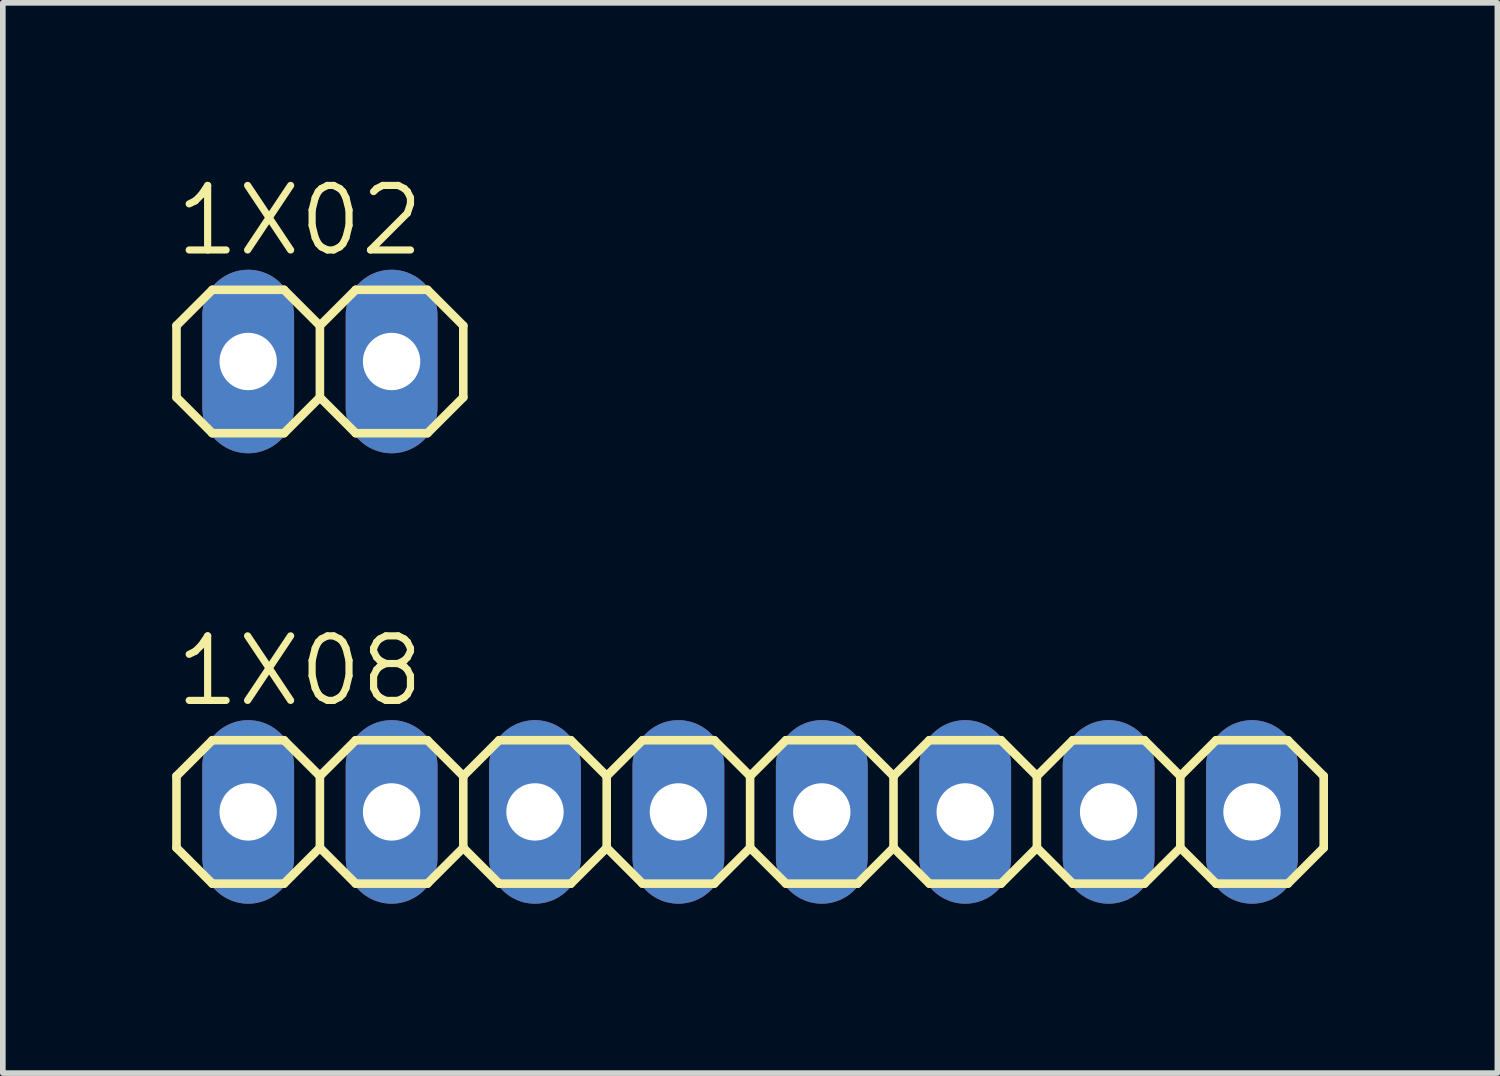
<source format=kicad_pcb>
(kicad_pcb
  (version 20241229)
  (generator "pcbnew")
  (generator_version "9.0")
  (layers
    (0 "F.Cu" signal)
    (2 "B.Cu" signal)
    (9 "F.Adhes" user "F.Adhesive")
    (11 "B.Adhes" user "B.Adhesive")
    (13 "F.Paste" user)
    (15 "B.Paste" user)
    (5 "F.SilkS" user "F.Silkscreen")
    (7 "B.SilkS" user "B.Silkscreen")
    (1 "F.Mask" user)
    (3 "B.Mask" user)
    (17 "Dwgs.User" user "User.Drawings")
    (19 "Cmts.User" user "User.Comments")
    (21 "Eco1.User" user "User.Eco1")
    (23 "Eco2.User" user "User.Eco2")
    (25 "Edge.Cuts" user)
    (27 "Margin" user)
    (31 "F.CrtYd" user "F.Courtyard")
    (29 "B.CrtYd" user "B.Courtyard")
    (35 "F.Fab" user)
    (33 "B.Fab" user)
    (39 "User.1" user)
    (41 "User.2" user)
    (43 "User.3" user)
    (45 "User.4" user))
  (footprint "1X02"
    (layer "F.Cu")
    (at 2.616 3.353)
    (property "Reference" "1X02" (at -2.616 -1.829 0) (unlocked yes) (layer "F.SilkS") (effects (font (size 1.143 1.143) (thickness 0.127)) (justify left bottom)))
    (fp_line (start -2.54 -0.635) (end -2.54 0.635) (stroke (width 0.152) (type solid)) (layer "F.SilkS"))
    (fp_line (start -2.54 0.635) (end -1.905 1.27) (stroke (width 0.152) (type solid)) (layer "F.SilkS"))
    (fp_line (start -1.905 -1.27) (end -2.54 -0.635) (stroke (width 0.152) (type solid)) (layer "F.SilkS"))
    (fp_line (start -1.905 -1.27) (end -0.635 -1.27) (stroke (width 0.152) (type solid)) (layer "F.SilkS"))
    (fp_line (start -0.635 -1.27) (end 0 -0.635) (stroke (width 0.152) (type solid)) (layer "F.SilkS"))
    (fp_line (start -0.635 1.27) (end -1.905 1.27) (stroke (width 0.152) (type solid)) (layer "F.SilkS"))
    (fp_line (start 0 -0.635) (end 0 0.635) (stroke (width 0.152) (type solid)) (layer "F.SilkS"))
    (fp_line (start 0 -0.635) (end 0.635 -1.27) (stroke (width 0.152) (type solid)) (layer "F.SilkS"))
    (fp_line (start 0 0.635) (end -0.635 1.27) (stroke (width 0.152) (type solid)) (layer "F.SilkS"))
    (fp_line (start 0.635 -1.27) (end 1.905 -1.27) (stroke (width 0.152) (type solid)) (layer "F.SilkS"))
    (fp_line (start 0.635 1.27) (end 0 0.635) (stroke (width 0.152) (type solid)) (layer "F.SilkS"))
    (fp_line (start 1.905 -1.27) (end 2.54 -0.635) (stroke (width 0.152) (type solid)) (layer "F.SilkS"))
    (fp_line (start 1.905 1.27) (end 0.635 1.27) (stroke (width 0.152) (type solid)) (layer "F.SilkS"))
    (fp_line (start 2.54 -0.635) (end 2.54 0.635) (stroke (width 0.152) (type solid)) (layer "F.SilkS"))
    (fp_line (start 2.54 0.635) (end 1.905 1.27) (stroke (width 0.152) (type solid)) (layer "F.SilkS"))
    (fp_poly (pts (xy -1.524 0.254) (xy -1.016 0.254) (xy -1.016 -0.254) (xy -1.524 -0.254)) (stroke (width 0.1) (type default)) (fill no) (layer "F.Fab"))
    (fp_poly (pts (xy 1.016 0.254) (xy 1.524 0.254) (xy 1.524 -0.254) (xy 1.016 -0.254)) (stroke (width 0.1) (type default)) (fill no) (layer "F.Fab"))
    (pad "1" thru_hole oval (at -1.27 0 90) (size 3.251 1.626) (drill 1.016) (layers "*.Cu" "*.Mask"))
    (pad "2" thru_hole oval (at 1.27 0 90) (size 3.251 1.626) (drill 1.016) (layers "*.Cu" "*.Mask")))
  (footprint "1X08"
    (layer "F.Cu")
    (at 1.346 11.331)
    (property "Reference" "1X08" (at -1.346 -1.829 0) (unlocked yes) (layer "F.SilkS") (effects (font (size 1.143 1.143) (thickness 0.127)) (justify left bottom)))
    (fp_line (start -1.27 -0.635) (end -1.27 0.635) (stroke (width 0.152) (type solid)) (layer "F.SilkS"))
    (fp_line (start -1.27 0.635) (end -0.635 1.27) (stroke (width 0.152) (type solid)) (layer "F.SilkS"))
    (fp_line (start -0.635 -1.27) (end -1.27 -0.635) (stroke (width 0.152) (type solid)) (layer "F.SilkS"))
    (fp_line (start -0.635 -1.27) (end 0.635 -1.27) (stroke (width 0.152) (type solid)) (layer "F.SilkS"))
    (fp_line (start 0.635 -1.27) (end 1.27 -0.635) (stroke (width 0.152) (type solid)) (layer "F.SilkS"))
    (fp_line (start 0.635 1.27) (end -0.635 1.27) (stroke (width 0.152) (type solid)) (layer "F.SilkS"))
    (fp_line (start 1.27 -0.635) (end 1.27 0.635) (stroke (width 0.152) (type solid)) (layer "F.SilkS"))
    (fp_line (start 1.27 -0.635) (end 1.905 -1.27) (stroke (width 0.152) (type solid)) (layer "F.SilkS"))
    (fp_line (start 1.27 0.635) (end 0.635 1.27) (stroke (width 0.152) (type solid)) (layer "F.SilkS"))
    (fp_line (start 1.905 -1.27) (end 3.175 -1.27) (stroke (width 0.152) (type solid)) (layer "F.SilkS"))
    (fp_line (start 1.905 1.27) (end 1.27 0.635) (stroke (width 0.152) (type solid)) (layer "F.SilkS"))
    (fp_line (start 3.175 -1.27) (end 3.81 -0.635) (stroke (width 0.152) (type solid)) (layer "F.SilkS"))
    (fp_line (start 3.175 1.27) (end 1.905 1.27) (stroke (width 0.152) (type solid)) (layer "F.SilkS"))
    (fp_line (start 3.81 -0.635) (end 3.81 0.635) (stroke (width 0.152) (type solid)) (layer "F.SilkS"))
    (fp_line (start 3.81 -0.635) (end 4.445 -1.27) (stroke (width 0.152) (type solid)) (layer "F.SilkS"))
    (fp_line (start 3.81 0.635) (end 3.175 1.27) (stroke (width 0.152) (type solid)) (layer "F.SilkS"))
    (fp_line (start 4.445 -1.27) (end 5.715 -1.27) (stroke (width 0.152) (type solid)) (layer "F.SilkS"))
    (fp_line (start 4.445 1.27) (end 3.81 0.635) (stroke (width 0.152) (type solid)) (layer "F.SilkS"))
    (fp_line (start 5.715 -1.27) (end 6.35 -0.635) (stroke (width 0.152) (type solid)) (layer "F.SilkS"))
    (fp_line (start 5.715 1.27) (end 4.445 1.27) (stroke (width 0.152) (type solid)) (layer "F.SilkS"))
    (fp_line (start 6.35 -0.635) (end 6.35 0.635) (stroke (width 0.152) (type solid)) (layer "F.SilkS"))
    (fp_line (start 6.35 0.635) (end 5.715 1.27) (stroke (width 0.152) (type solid)) (layer "F.SilkS"))
    (fp_line (start 6.35 0.635) (end 6.985 1.27) (stroke (width 0.152) (type solid)) (layer "F.SilkS"))
    (fp_line (start 6.985 -1.27) (end 6.35 -0.635) (stroke (width 0.152) (type solid)) (layer "F.SilkS"))
    (fp_line (start 6.985 -1.27) (end 8.255 -1.27) (stroke (width 0.152) (type solid)) (layer "F.SilkS"))
    (fp_line (start 8.255 -1.27) (end 8.89 -0.635) (stroke (width 0.152) (type solid)) (layer "F.SilkS"))
    (fp_line (start 8.255 1.27) (end 6.985 1.27) (stroke (width 0.152) (type solid)) (layer "F.SilkS"))
    (fp_line (start 8.89 -0.635) (end 8.89 0.635) (stroke (width 0.152) (type solid)) (layer "F.SilkS"))
    (fp_line (start 8.89 -0.635) (end 9.525 -1.27) (stroke (width 0.152) (type solid)) (layer "F.SilkS"))
    (fp_line (start 8.89 0.635) (end 8.255 1.27) (stroke (width 0.152) (type solid)) (layer "F.SilkS"))
    (fp_line (start 9.525 -1.27) (end 10.795 -1.27) (stroke (width 0.152) (type solid)) (layer "F.SilkS"))
    (fp_line (start 9.525 1.27) (end 8.89 0.635) (stroke (width 0.152) (type solid)) (layer "F.SilkS"))
    (fp_line (start 10.795 -1.27) (end 11.43 -0.635) (stroke (width 0.152) (type solid)) (layer "F.SilkS"))
    (fp_line (start 10.795 1.27) (end 9.525 1.27) (stroke (width 0.152) (type solid)) (layer "F.SilkS"))
    (fp_line (start 11.43 -0.635) (end 11.43 0.635) (stroke (width 0.152) (type solid)) (layer "F.SilkS"))
    (fp_line (start 11.43 -0.635) (end 12.065 -1.27) (stroke (width 0.152) (type solid)) (layer "F.SilkS"))
    (fp_line (start 11.43 0.635) (end 10.795 1.27) (stroke (width 0.152) (type solid)) (layer "F.SilkS"))
    (fp_line (start 12.065 -1.27) (end 13.335 -1.27) (stroke (width 0.152) (type solid)) (layer "F.SilkS"))
    (fp_line (start 12.065 1.27) (end 11.43 0.635) (stroke (width 0.152) (type solid)) (layer "F.SilkS"))
    (fp_line (start 13.335 -1.27) (end 13.97 -0.635) (stroke (width 0.152) (type solid)) (layer "F.SilkS"))
    (fp_line (start 13.335 1.27) (end 12.065 1.27) (stroke (width 0.152) (type solid)) (layer "F.SilkS"))
    (fp_line (start 13.97 -0.635) (end 13.97 0.635) (stroke (width 0.152) (type solid)) (layer "F.SilkS"))
    (fp_line (start 13.97 0.635) (end 13.335 1.27) (stroke (width 0.152) (type solid)) (layer "F.SilkS"))
    (fp_line (start 13.97 0.635) (end 14.605 1.27) (stroke (width 0.152) (type solid)) (layer "F.SilkS"))
    (fp_line (start 14.605 -1.27) (end 13.97 -0.635) (stroke (width 0.152) (type solid)) (layer "F.SilkS"))
    (fp_line (start 14.605 -1.27) (end 15.875 -1.27) (stroke (width 0.152) (type solid)) (layer "F.SilkS"))
    (fp_line (start 15.875 -1.27) (end 16.51 -0.635) (stroke (width 0.152) (type solid)) (layer "F.SilkS"))
    (fp_line (start 15.875 1.27) (end 14.605 1.27) (stroke (width 0.152) (type solid)) (layer "F.SilkS"))
    (fp_line (start 16.51 -0.635) (end 16.51 0.635) (stroke (width 0.152) (type solid)) (layer "F.SilkS"))
    (fp_line (start 16.51 0.635) (end 15.875 1.27) (stroke (width 0.152) (type solid)) (layer "F.SilkS"))
    (fp_line (start 16.51 0.635) (end 17.145 1.27) (stroke (width 0.152) (type solid)) (layer "F.SilkS"))
    (fp_line (start 17.145 -1.27) (end 16.51 -0.635) (stroke (width 0.152) (type solid)) (layer "F.SilkS"))
    (fp_line (start 17.145 -1.27) (end 18.415 -1.27) (stroke (width 0.152) (type solid)) (layer "F.SilkS"))
    (fp_line (start 18.415 -1.27) (end 19.05 -0.635) (stroke (width 0.152) (type solid)) (layer "F.SilkS"))
    (fp_line (start 18.415 1.27) (end 17.145 1.27) (stroke (width 0.152) (type solid)) (layer "F.SilkS"))
    (fp_line (start 19.05 -0.635) (end 19.05 0.635) (stroke (width 0.152) (type solid)) (layer "F.SilkS"))
    (fp_line (start 19.05 0.635) (end 18.415 1.27) (stroke (width 0.152) (type solid)) (layer "F.SilkS"))
    (fp_poly (pts (xy -0.254 0.254) (xy 0.254 0.254) (xy 0.254 -0.254) (xy -0.254 -0.254)) (stroke (width 0.1) (type default)) (fill no) (layer "F.Fab"))
    (fp_poly (pts (xy 2.286 0.254) (xy 2.794 0.254) (xy 2.794 -0.254) (xy 2.286 -0.254)) (stroke (width 0.1) (type default)) (fill no) (layer "F.Fab"))
    (fp_poly (pts (xy 4.826 0.254) (xy 5.334 0.254) (xy 5.334 -0.254) (xy 4.826 -0.254)) (stroke (width 0.1) (type default)) (fill no) (layer "F.Fab"))
    (fp_poly (pts (xy 7.366 0.254) (xy 7.874 0.254) (xy 7.874 -0.254) (xy 7.366 -0.254)) (stroke (width 0.1) (type default)) (fill no) (layer "F.Fab"))
    (fp_poly (pts (xy 9.906 0.254) (xy 10.414 0.254) (xy 10.414 -0.254) (xy 9.906 -0.254)) (stroke (width 0.1) (type default)) (fill no) (layer "F.Fab"))
    (fp_poly (pts (xy 12.446 0.254) (xy 12.954 0.254) (xy 12.954 -0.254) (xy 12.446 -0.254)) (stroke (width 0.1) (type default)) (fill no) (layer "F.Fab"))
    (fp_poly (pts (xy 14.986 0.254) (xy 15.494 0.254) (xy 15.494 -0.254) (xy 14.986 -0.254)) (stroke (width 0.1) (type default)) (fill no) (layer "F.Fab"))
    (fp_poly (pts (xy 17.526 0.254) (xy 18.034 0.254) (xy 18.034 -0.254) (xy 17.526 -0.254)) (stroke (width 0.1) (type default)) (fill no) (layer "F.Fab"))
    (pad "1" thru_hole oval (at 0 0 90) (size 3.251 1.626) (drill 1.016) (layers "*.Cu" "*.Mask"))
    (pad "2" thru_hole oval (at 2.54 0 90) (size 3.251 1.626) (drill 1.016) (layers "*.Cu" "*.Mask"))
    (pad "3" thru_hole oval (at 5.08 0 90) (size 3.251 1.626) (drill 1.016) (layers "*.Cu" "*.Mask"))
    (pad "4" thru_hole oval (at 7.62 0 90) (size 3.251 1.626) (drill 1.016) (layers "*.Cu" "*.Mask"))
    (pad "5" thru_hole oval (at 10.16 0 90) (size 3.251 1.626) (drill 1.016) (layers "*.Cu" "*.Mask"))
    (pad "6" thru_hole oval (at 12.7 0 90) (size 3.251 1.626) (drill 1.016) (layers "*.Cu" "*.Mask"))
    (pad "7" thru_hole oval (at 15.24 0 90) (size 3.251 1.626) (drill 1.016) (layers "*.Cu" "*.Mask"))
    (pad "8" thru_hole oval (at 17.78 0 90) (size 3.251 1.626) (drill 1.016) (layers "*.Cu" "*.Mask")))
  (gr_rect
    (start -3 -3)
    (end 23.472 15.957)
    (stroke (width 0.1) (type default))
    (fill no)
    (layer "Edge.Cuts")))
</source>
